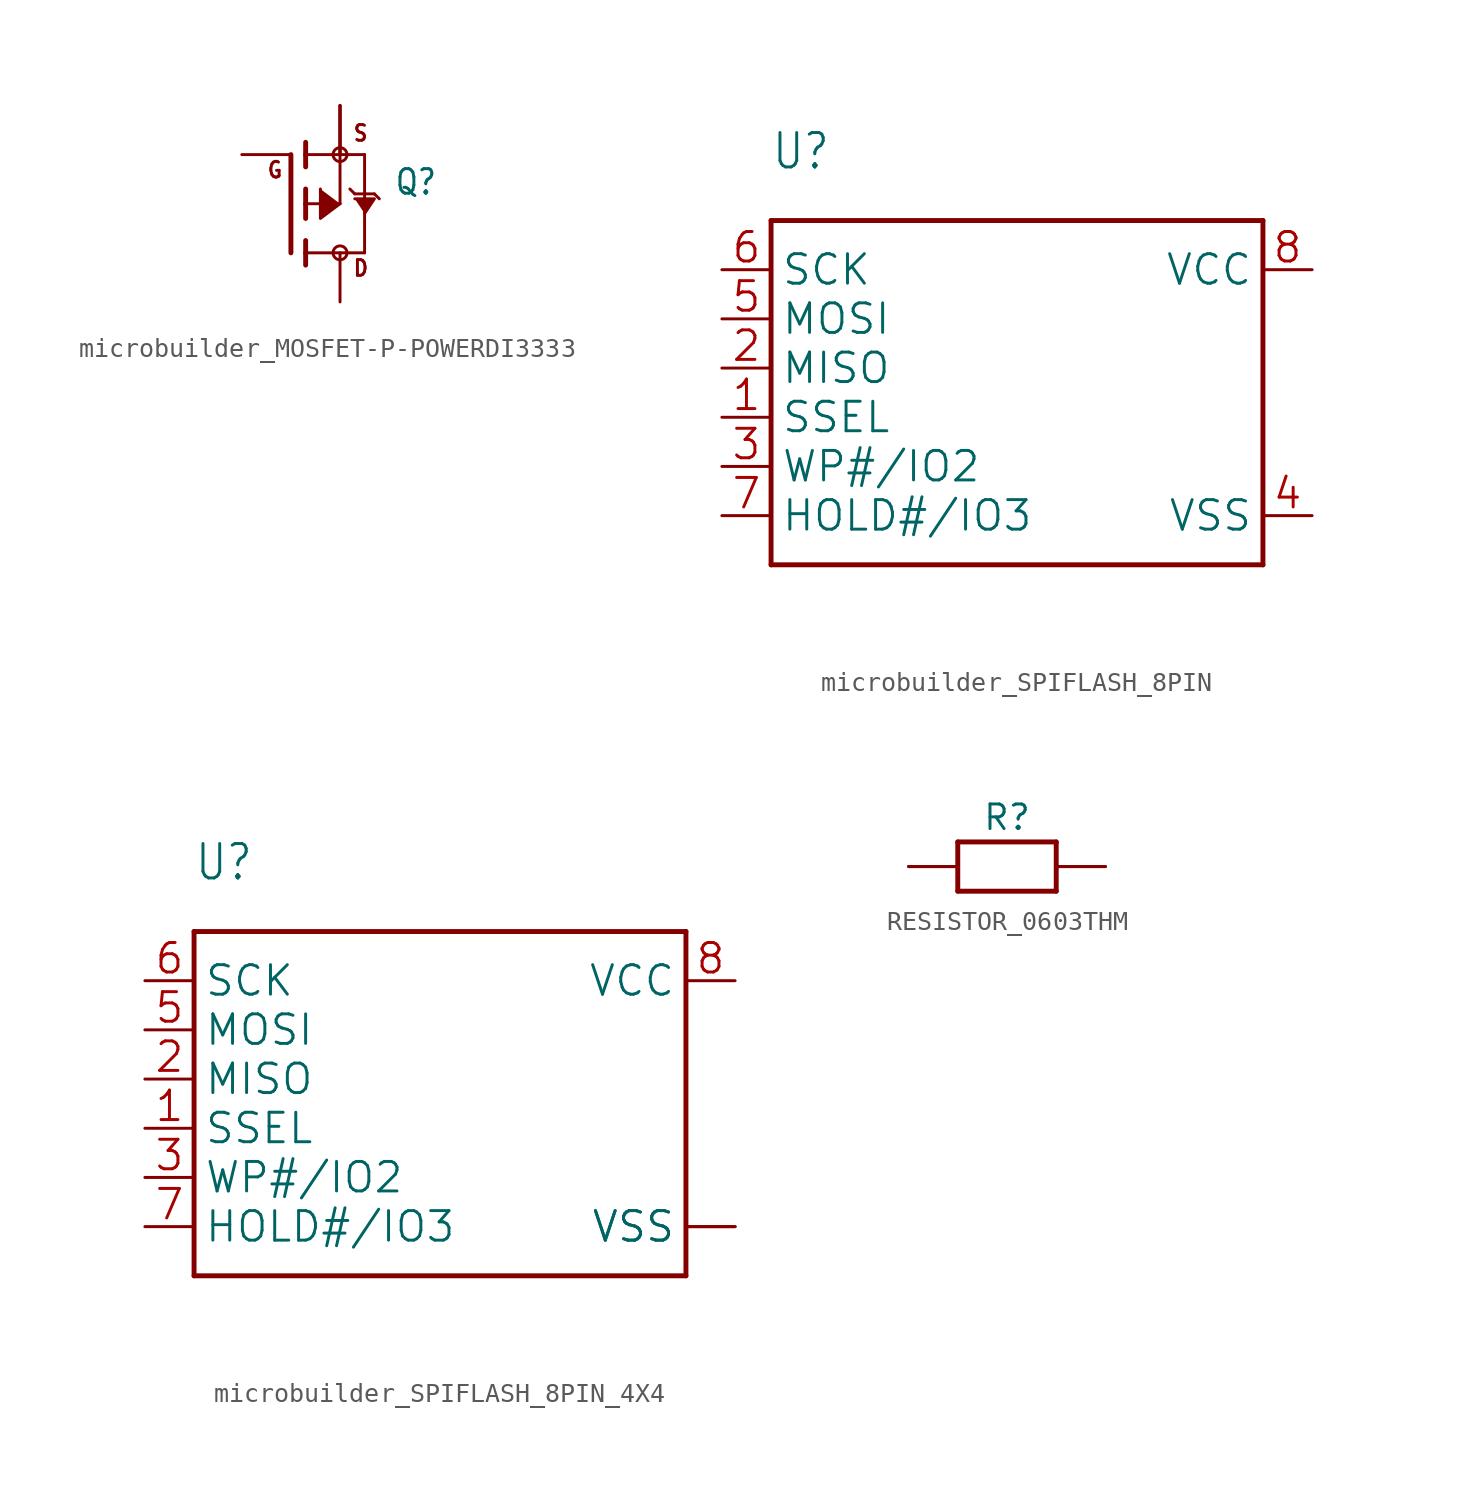
<source format=kicad_sym>
(kicad_symbol_lib
  (version 20241209)
  (generator "kicad_symbol_editor")
  (generator_version "9.0")
  (symbol "microbuilder_MOSFET-P-POWERDI3333"
    (property "Reference" "Q"
      (at 2.794 0.381 0)
      (effects (font (size 1.27 1.079)) (justify left bottom)))
    (property "Value" ""
      (at 2.794 -1.905 0)
      (effects (font (size 1.27 1.079)) (justify left bottom)))
    (property "ki_locked" ""
      (at 0 0 0)
      (effects (font (size 1.27 1.27))))
    (symbol "microbuilder_MOSFET-P-POWERDI3333_1_0"
      (polyline (pts (xy -2.54 -2.54) (xy -2.54 2.54)) (stroke (width 0.254) (type solid)) (fill (type none)))
      (polyline (pts (xy -1.778 2.54) (xy -1.778 3.175)) (stroke (width 0.254) (type solid)) (fill (type none)))
      (polyline (pts (xy -1.778 1.905) (xy -1.778 2.54)) (stroke (width 0.254) (type solid)) (fill (type none)))
      (polyline (pts (xy -1.778 0) (xy -1.778 0.762)) (stroke (width 0.254) (type solid)) (fill (type none)))
      (polyline (pts (xy -1.778 0) (xy 0 0)) (stroke (width 0.152) (type solid)) (fill (type none)))
      (polyline (pts (xy -1.778 -0.762) (xy -1.778 0)) (stroke (width 0.254) (type solid)) (fill (type none)))
      (polyline (pts (xy -1.778 -2.54) (xy -1.778 -1.905)) (stroke (width 0.254) (type solid)) (fill (type none)))
      (polyline (pts (xy -1.778 -2.54) (xy 1.27 -2.54)) (stroke (width 0.152) (type solid)) (fill (type none)))
      (polyline (pts (xy -1.778 -3.175) (xy -1.778 -2.54)) (stroke (width 0.254) (type solid)) (fill (type none)))
      (circle (center 0 2.54) (radius 0.359) (stroke (width 0) (type solid)) (fill (type none)))
      (polyline (pts (xy 0 2.54) (xy -1.778 2.54)) (stroke (width 0.152) (type solid)) (fill (type none)))
      (polyline (pts (xy 0 2.54) (xy 1.27 2.54)) (stroke (width 0.152) (type solid)) (fill (type none)))
      (polyline (pts (xy 0 0) (xy 0 2.54)) (stroke (width 0.152) (type solid)) (fill (type none)))
      (polyline (pts (xy 0 0) (xy -1.016 -0.762) (xy -1.016 0.762)) (stroke (width 0.152) (type solid)) (fill (type outline)))
      (circle (center 0 -2.54) (radius 0.359) (stroke (width 0) (type solid)) (fill (type none)))
      (polyline (pts (xy 0.508 0.762) (xy 0.762 0.508)) (stroke (width 0.152) (type solid)) (fill (type none)))
      (polyline (pts (xy 0.762 0.508) (xy 1.27 0.508)) (stroke (width 0.152) (type solid)) (fill (type none)))
      (polyline (pts (xy 1.27 0.508) (xy 1.27 2.54)) (stroke (width 0.152) (type solid)) (fill (type none)))
      (polyline (pts (xy 1.27 0.508) (xy 1.778 0.508)) (stroke (width 0.152) (type solid)) (fill (type none)))
      (polyline (pts (xy 1.27 -0.508) (xy 1.778 0.254) (xy 0.762 0.254)) (stroke (width 0.152) (type solid)) (fill (type outline)))
      (polyline (pts (xy 1.27 -2.54) (xy 1.27 0.508)) (stroke (width 0.152) (type solid)) (fill (type none)))
      (polyline (pts (xy 1.778 0.508) (xy 2.032 0.254)) (stroke (width 0.152) (type solid)) (fill (type none)))
      (text "G" (at -3.81 1.27 0) (effects (font (size 0.813 0.691)) (justify left bottom)))
      (text "S" (at 0.635 3.175 0) (effects (font (size 0.813 0.691)) (justify left bottom)))
      (text "D" (at 0.635 -3.81 0) (effects (font (size 0.813 0.691)) (justify left bottom)))
      (pin passive line (at -5.08 2.54 0) (length 2.54) (name "G" (effects (font (size 0 0)))) (number "4" (effects (font (size 0 0)))))
      (pin passive line (at 0 5.08 270) (length 2.54) (name "S" (effects (font (size 0 0)))) (number "1" (effects (font (size 0 0)))))
      (pin passive line (at 0 5.08 270) (length 2.54) (name "S" (effects (font (size 0 0)))) (number "2" (effects (font (size 0 0)))))
      (pin passive line (at 0 5.08 270) (length 2.54) (name "S" (effects (font (size 0 0)))) (number "3" (effects (font (size 0 0)))))
      (pin passive line (at 0 -5.08 90) (length 2.54) (name "D" (effects (font (size 0 0)))) (number "5678" (effects (font (size 0 0)))))))
  (symbol "microbuilder_SPIFLASH_8PIN"
    (property "Reference" "U"
      (at -12.7 12.7 0)
      (effects (font (size 1.778 1.511)) (justify left bottom)))
    (property "Value" ""
      (at -12.7 -10.16 0)
      (effects (font (size 1.778 1.511)) (justify left bottom)))
    (property "ki_locked" ""
      (at 0 0 0)
      (effects (font (size 1.27 1.27))))
    (symbol "microbuilder_SPIFLASH_8PIN_1_0"
      (polyline (pts (xy -12.7 10.16) (xy 12.7 10.16)) (stroke (width 0.254) (type solid)) (fill (type none)))
      (polyline (pts (xy -12.7 -7.62) (xy -12.7 10.16)) (stroke (width 0.254) (type solid)) (fill (type none)))
      (polyline (pts (xy 12.7 10.16) (xy 12.7 -7.62)) (stroke (width 0.254) (type solid)) (fill (type none)))
      (polyline (pts (xy 12.7 -7.62) (xy -12.7 -7.62)) (stroke (width 0.254) (type solid)) (fill (type none)))
      (pin bidirectional line (at -15.24 7.62 0) (length 2.54) (name "SCK" (effects (font (size 1.524 1.524)))) (number "6" (effects (font (size 1.524 1.524)))))
      (pin bidirectional line (at -15.24 5.08 0) (length 2.54) (name "MOSI" (effects (font (size 1.524 1.524)))) (number "5" (effects (font (size 1.524 1.524)))))
      (pin bidirectional line (at -15.24 2.54 0) (length 2.54) (name "MISO" (effects (font (size 1.524 1.524)))) (number "2" (effects (font (size 1.524 1.524)))))
      (pin bidirectional line (at -15.24 0 0) (length 2.54) (name "SSEL" (effects (font (size 1.524 1.524)))) (number "1" (effects (font (size 1.524 1.524)))))
      (pin bidirectional line (at -15.24 -2.54 0) (length 2.54) (name "WP#/IO2" (effects (font (size 1.524 1.524)))) (number "3" (effects (font (size 1.524 1.524)))))
      (pin bidirectional line (at -15.24 -5.08 0) (length 2.54) (name "HOLD#/IO3" (effects (font (size 1.524 1.524)))) (number "7" (effects (font (size 1.524 1.524)))))
      (pin bidirectional line (at 15.24 7.62 180) (length 2.54) (name "VCC" (effects (font (size 1.524 1.524)))) (number "8" (effects (font (size 1.524 1.524)))))
      (pin bidirectional line (at 15.24 -5.08 180) (length 2.54) (name "VSS" (effects (font (size 1.524 1.524)))) (number "4" (effects (font (size 1.524 1.524)))))))
  (symbol "microbuilder_SPIFLASH_8PIN_4X4"
    (property "Reference" "U"
      (at -12.7 12.7 0)
      (effects (font (size 1.778 1.511)) (justify left bottom)))
    (property "Value" ""
      (at -12.7 -10.16 0)
      (effects (font (size 1.778 1.511)) (justify left bottom)))
    (property "ki_locked" ""
      (at 0 0 0)
      (effects (font (size 1.27 1.27))))
    (symbol "microbuilder_SPIFLASH_8PIN_4X4_1_0"
      (polyline (pts (xy -12.7 10.16) (xy 12.7 10.16)) (stroke (width 0.254) (type solid)) (fill (type none)))
      (polyline (pts (xy -12.7 -7.62) (xy -12.7 10.16)) (stroke (width 0.254) (type solid)) (fill (type none)))
      (polyline (pts (xy 12.7 10.16) (xy 12.7 -7.62)) (stroke (width 0.254) (type solid)) (fill (type none)))
      (polyline (pts (xy 12.7 -7.62) (xy -12.7 -7.62)) (stroke (width 0.254) (type solid)) (fill (type none)))
      (pin bidirectional line (at -15.24 7.62 0) (length 2.54) (name "SCK" (effects (font (size 1.524 1.524)))) (number "6" (effects (font (size 1.524 1.524)))))
      (pin bidirectional line (at -15.24 5.08 0) (length 2.54) (name "MOSI" (effects (font (size 1.524 1.524)))) (number "5" (effects (font (size 1.524 1.524)))))
      (pin bidirectional line (at -15.24 2.54 0) (length 2.54) (name "MISO" (effects (font (size 1.524 1.524)))) (number "2" (effects (font (size 1.524 1.524)))))
      (pin bidirectional line (at -15.24 0 0) (length 2.54) (name "SSEL" (effects (font (size 1.524 1.524)))) (number "1" (effects (font (size 1.524 1.524)))))
      (pin bidirectional line (at -15.24 -2.54 0) (length 2.54) (name "WP#/IO2" (effects (font (size 1.524 1.524)))) (number "3" (effects (font (size 1.524 1.524)))))
      (pin bidirectional line (at -15.24 -5.08 0) (length 2.54) (name "HOLD#/IO3" (effects (font (size 1.524 1.524)))) (number "7" (effects (font (size 1.524 1.524)))))
      (pin bidirectional line (at 15.24 7.62 180) (length 2.54) (name "VCC" (effects (font (size 1.524 1.524)))) (number "8" (effects (font (size 1.524 1.524)))))
      (pin bidirectional line (at 15.24 -5.08 180) (length 2.54) (name "VSS" (effects (font (size 1.524 1.524)))) (number "4" (effects (font (size 0 0)))))
      (pin bidirectional line (at 15.24 -5.08 180) (length 2.54) (name "VSS" (effects (font (size 1.524 1.524)))) (number "PAD" (effects (font (size 0 0)))))))
  (symbol "RESISTOR_0603THM"
    (property "Reference" "R"
      (at 0 2.54 0)
      (effects (font (size 1.27 1.27))))
    (property "Value" ""
      (at 0 0 0)
      (effects (font (size 1.016 1.016) (thickness 0.203) (bold yes))))
    (property "ki_locked" ""
      (at 0 0 0)
      (effects (font (size 1.27 1.27))))
    (symbol "RESISTOR_0603THM_1_0"
      (polyline (pts (xy -2.54 1.27) (xy 2.54 1.27)) (stroke (width 0.254) (type solid)) (fill (type none)))
      (polyline (pts (xy -2.54 -1.27) (xy -2.54 1.27)) (stroke (width 0.254) (type solid)) (fill (type none)))
      (polyline (pts (xy 2.54 1.27) (xy 2.54 -1.27)) (stroke (width 0.254) (type solid)) (fill (type none)))
      (polyline (pts (xy 2.54 -1.27) (xy -2.54 -1.27)) (stroke (width 0.254) (type solid)) (fill (type none)))
      (pin passive line (at -5.08 0 0) (length 2.54) (name "1" (effects (font (size 0 0)))) (number "1" (effects (font (size 0 0)))))
      (pin passive line (at -5.08 0 0) (length 2.54) (name "1" (effects (font (size 0 0)))) (number "11" (effects (font (size 0 0)))))
      (pin passive line (at 5.08 0 180) (length 2.54) (name "2" (effects (font (size 0 0)))) (number "2" (effects (font (size 0 0)))))
      (pin passive line (at 5.08 0 180) (length 2.54) (name "2" (effects (font (size 0 0)))) (number "22" (effects (font (size 0 0))))))))
</source>
